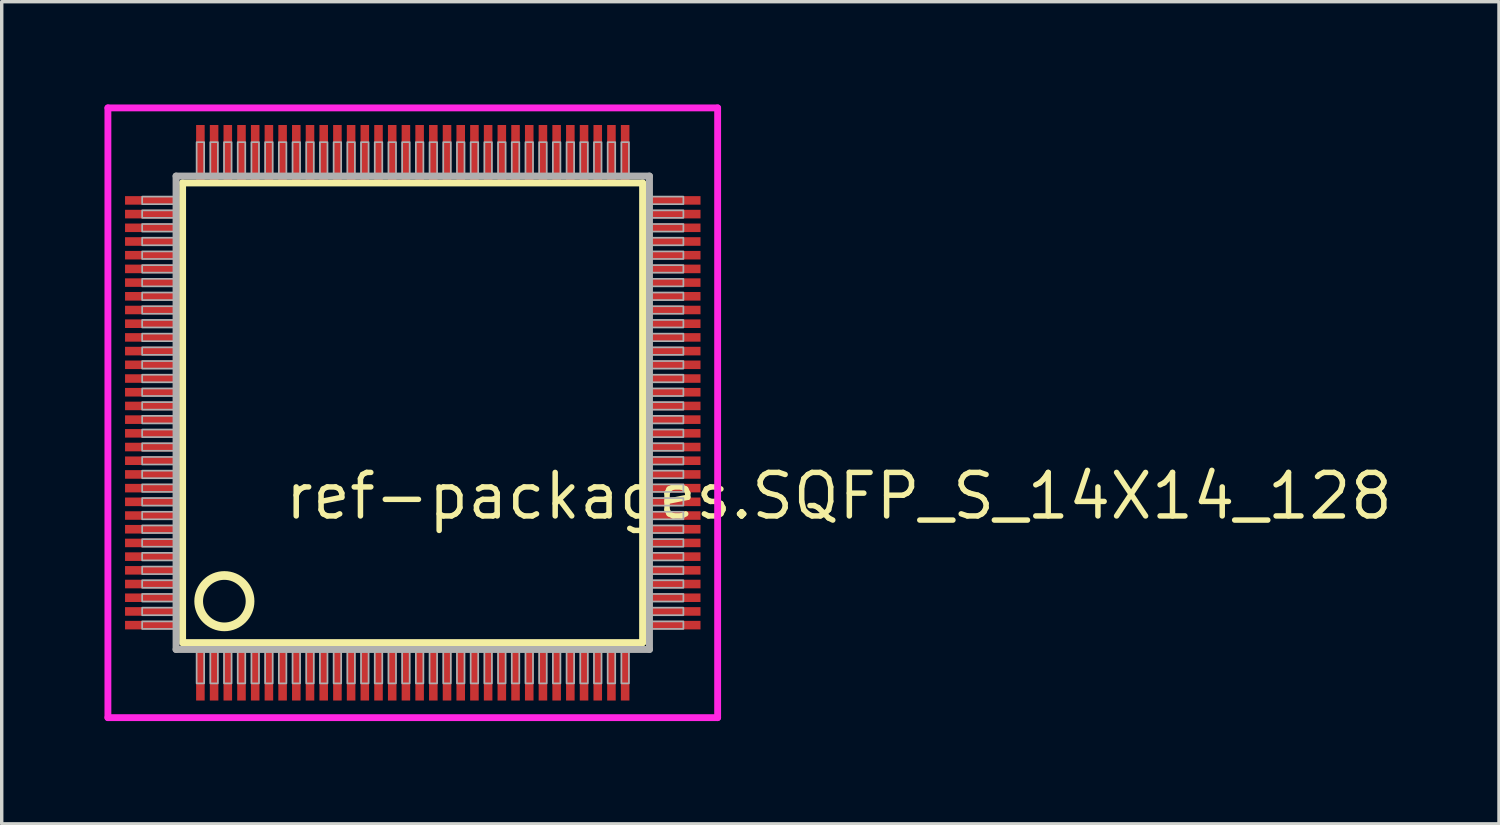
<source format=kicad_pcb>
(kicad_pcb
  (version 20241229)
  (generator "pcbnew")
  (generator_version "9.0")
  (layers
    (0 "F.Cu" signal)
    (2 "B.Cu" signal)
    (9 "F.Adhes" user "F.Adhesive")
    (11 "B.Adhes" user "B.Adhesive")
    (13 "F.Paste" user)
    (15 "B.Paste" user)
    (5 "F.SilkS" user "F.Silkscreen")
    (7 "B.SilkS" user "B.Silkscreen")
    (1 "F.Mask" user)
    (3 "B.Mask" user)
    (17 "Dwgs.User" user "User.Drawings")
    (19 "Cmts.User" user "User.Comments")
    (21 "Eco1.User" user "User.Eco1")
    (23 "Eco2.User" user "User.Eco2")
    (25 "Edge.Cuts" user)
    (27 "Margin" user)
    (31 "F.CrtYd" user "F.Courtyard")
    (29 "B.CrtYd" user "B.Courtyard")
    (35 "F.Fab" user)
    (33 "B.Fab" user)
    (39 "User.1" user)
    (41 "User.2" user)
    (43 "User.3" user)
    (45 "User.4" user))
  (footprint "ref-packages.SQFP_S_14X14_128"
    (layer "F.Cu")
    (at 9 9)
    (property "Reference" "ref-packages.SQFP_S_14X14_128" (at -3.81 3.175 0) (layer "F.SilkS") (effects (font (size 1.27 1.27) (thickness 0.16)) (justify left bottom)))
    (attr smd)
    (fp_line (start -6.72 -6.71) (end 6.71 -6.71) (stroke (width 0.203) (type default)) (layer "F.SilkS"))
    (fp_line (start -6.72 6.71) (end -6.72 -6.71) (stroke (width 0.203) (type default)) (layer "F.SilkS"))
    (fp_line (start 6.71 -6.71) (end 6.71 6.71) (stroke (width 0.203) (type default)) (layer "F.SilkS"))
    (fp_line (start 6.71 6.71) (end -6.72 6.71) (stroke (width 0.203) (type default)) (layer "F.SilkS"))
    (fp_circle (center -5.5 5.5) (end -4.75 5.5) (stroke (width 0.254) (type default)) (fill no) (layer "F.SilkS"))
    (fp_line (start -8.9 -8.9) (end 8.9 -8.9) (stroke (width 0.2) (type default)) (layer "F.CrtYd"))
    (fp_line (start -8.9 8.9) (end -8.9 -8.9) (stroke (width 0.2) (type default)) (layer "F.CrtYd"))
    (fp_line (start 8.9 -8.9) (end 8.9 8.9) (stroke (width 0.2) (type default)) (layer "F.CrtYd"))
    (fp_line (start 8.9 8.9) (end -8.9 8.9) (stroke (width 0.2) (type default)) (layer "F.CrtYd"))
    (fp_line (start -6.91 -6.91) (end -6.91 6.91) (stroke (width 0.203) (type default)) (layer "F.Fab"))
    (fp_line (start -6.91 6.91) (end 6.91 6.91) (stroke (width 0.203) (type default)) (layer "F.Fab"))
    (fp_line (start 6.91 -6.91) (end -6.91 -6.91) (stroke (width 0.203) (type default)) (layer "F.Fab"))
    (fp_line (start 6.91 6.91) (end 6.91 -6.91) (stroke (width 0.203) (type default)) (layer "F.Fab"))
    (fp_rect (start -7.9 -6.09) (end -6.95 -6.31) (stroke (width 0.05) (type default)) (fill no) (layer "F.Fab"))
    (fp_rect (start -7.9 -5.69) (end -6.95 -5.91) (stroke (width 0.05) (type default)) (fill no) (layer "F.Fab"))
    (fp_rect (start -7.9 -5.29) (end -6.95 -5.51) (stroke (width 0.05) (type default)) (fill no) (layer "F.Fab"))
    (fp_rect (start -7.9 -4.89) (end -6.95 -5.11) (stroke (width 0.05) (type default)) (fill no) (layer "F.Fab"))
    (fp_rect (start -7.9 -4.49) (end -6.95 -4.71) (stroke (width 0.05) (type default)) (fill no) (layer "F.Fab"))
    (fp_rect (start -7.9 -4.09) (end -6.95 -4.31) (stroke (width 0.05) (type default)) (fill no) (layer "F.Fab"))
    (fp_rect (start -7.9 -3.69) (end -6.95 -3.91) (stroke (width 0.05) (type default)) (fill no) (layer "F.Fab"))
    (fp_rect (start -7.9 -3.29) (end -6.95 -3.51) (stroke (width 0.05) (type default)) (fill no) (layer "F.Fab"))
    (fp_rect (start -7.9 -2.89) (end -6.95 -3.11) (stroke (width 0.05) (type default)) (fill no) (layer "F.Fab"))
    (fp_rect (start -7.9 -2.49) (end -6.95 -2.71) (stroke (width 0.05) (type default)) (fill no) (layer "F.Fab"))
    (fp_rect (start -7.9 -2.09) (end -6.95 -2.31) (stroke (width 0.05) (type default)) (fill no) (layer "F.Fab"))
    (fp_rect (start -7.9 -1.69) (end -6.95 -1.91) (stroke (width 0.05) (type default)) (fill no) (layer "F.Fab"))
    (fp_rect (start -7.9 -1.29) (end -6.95 -1.51) (stroke (width 0.05) (type default)) (fill no) (layer "F.Fab"))
    (fp_rect (start -7.9 -0.89) (end -6.95 -1.11) (stroke (width 0.05) (type default)) (fill no) (layer "F.Fab"))
    (fp_rect (start -7.9 -0.49) (end -6.95 -0.71) (stroke (width 0.05) (type default)) (fill no) (layer "F.Fab"))
    (fp_rect (start -7.9 -0.09) (end -6.95 -0.31) (stroke (width 0.05) (type default)) (fill no) (layer "F.Fab"))
    (fp_rect (start -7.9 0.31) (end -6.95 0.09) (stroke (width 0.05) (type default)) (fill no) (layer "F.Fab"))
    (fp_rect (start -7.9 0.71) (end -6.95 0.49) (stroke (width 0.05) (type default)) (fill no) (layer "F.Fab"))
    (fp_rect (start -7.9 1.11) (end -6.95 0.89) (stroke (width 0.05) (type default)) (fill no) (layer "F.Fab"))
    (fp_rect (start -7.9 1.51) (end -6.95 1.29) (stroke (width 0.05) (type default)) (fill no) (layer "F.Fab"))
    (fp_rect (start -7.9 1.91) (end -6.95 1.69) (stroke (width 0.05) (type default)) (fill no) (layer "F.Fab"))
    (fp_rect (start -7.9 2.31) (end -6.95 2.09) (stroke (width 0.05) (type default)) (fill no) (layer "F.Fab"))
    (fp_rect (start -7.9 2.71) (end -6.95 2.49) (stroke (width 0.05) (type default)) (fill no) (layer "F.Fab"))
    (fp_rect (start -7.9 3.11) (end -6.95 2.89) (stroke (width 0.05) (type default)) (fill no) (layer "F.Fab"))
    (fp_rect (start -7.9 3.51) (end -6.95 3.29) (stroke (width 0.05) (type default)) (fill no) (layer "F.Fab"))
    (fp_rect (start -7.9 3.91) (end -6.95 3.69) (stroke (width 0.05) (type default)) (fill no) (layer "F.Fab"))
    (fp_rect (start -7.9 4.31) (end -6.95 4.09) (stroke (width 0.05) (type default)) (fill no) (layer "F.Fab"))
    (fp_rect (start -7.9 4.71) (end -6.95 4.49) (stroke (width 0.05) (type default)) (fill no) (layer "F.Fab"))
    (fp_rect (start -7.9 5.11) (end -6.95 4.89) (stroke (width 0.05) (type default)) (fill no) (layer "F.Fab"))
    (fp_rect (start -7.9 5.51) (end -6.95 5.29) (stroke (width 0.05) (type default)) (fill no) (layer "F.Fab"))
    (fp_rect (start -7.9 5.91) (end -6.95 5.69) (stroke (width 0.05) (type default)) (fill no) (layer "F.Fab"))
    (fp_rect (start -7.9 6.31) (end -6.95 6.09) (stroke (width 0.05) (type default)) (fill no) (layer "F.Fab"))
    (fp_rect (start -6.31 -6.95) (end -6.09 -7.9) (stroke (width 0.05) (type default)) (fill no) (layer "F.Fab"))
    (fp_rect (start -6.31 7.9) (end -6.09 6.95) (stroke (width 0.05) (type default)) (fill no) (layer "F.Fab"))
    (fp_rect (start -5.91 -6.95) (end -5.69 -7.9) (stroke (width 0.05) (type default)) (fill no) (layer "F.Fab"))
    (fp_rect (start -5.91 7.9) (end -5.69 6.95) (stroke (width 0.05) (type default)) (fill no) (layer "F.Fab"))
    (fp_rect (start -5.51 -6.95) (end -5.29 -7.9) (stroke (width 0.05) (type default)) (fill no) (layer "F.Fab"))
    (fp_rect (start -5.51 7.9) (end -5.29 6.95) (stroke (width 0.05) (type default)) (fill no) (layer "F.Fab"))
    (fp_rect (start -5.11 -6.95) (end -4.89 -7.9) (stroke (width 0.05) (type default)) (fill no) (layer "F.Fab"))
    (fp_rect (start -5.11 7.9) (end -4.89 6.95) (stroke (width 0.05) (type default)) (fill no) (layer "F.Fab"))
    (fp_rect (start -4.71 -6.95) (end -4.49 -7.9) (stroke (width 0.05) (type default)) (fill no) (layer "F.Fab"))
    (fp_rect (start -4.71 7.9) (end -4.49 6.95) (stroke (width 0.05) (type default)) (fill no) (layer "F.Fab"))
    (fp_rect (start -4.31 -6.95) (end -4.09 -7.9) (stroke (width 0.05) (type default)) (fill no) (layer "F.Fab"))
    (fp_rect (start -4.31 7.9) (end -4.09 6.95) (stroke (width 0.05) (type default)) (fill no) (layer "F.Fab"))
    (fp_rect (start -3.91 -6.95) (end -3.69 -7.9) (stroke (width 0.05) (type default)) (fill no) (layer "F.Fab"))
    (fp_rect (start -3.91 7.9) (end -3.69 6.95) (stroke (width 0.05) (type default)) (fill no) (layer "F.Fab"))
    (fp_rect (start -3.51 -6.95) (end -3.29 -7.9) (stroke (width 0.05) (type default)) (fill no) (layer "F.Fab"))
    (fp_rect (start -3.51 7.9) (end -3.29 6.95) (stroke (width 0.05) (type default)) (fill no) (layer "F.Fab"))
    (fp_rect (start -3.11 -6.95) (end -2.89 -7.9) (stroke (width 0.05) (type default)) (fill no) (layer "F.Fab"))
    (fp_rect (start -3.11 7.9) (end -2.89 6.95) (stroke (width 0.05) (type default)) (fill no) (layer "F.Fab"))
    (fp_rect (start -2.71 -6.95) (end -2.49 -7.9) (stroke (width 0.05) (type default)) (fill no) (layer "F.Fab"))
    (fp_rect (start -2.71 7.9) (end -2.49 6.95) (stroke (width 0.05) (type default)) (fill no) (layer "F.Fab"))
    (fp_rect (start -2.31 -6.95) (end -2.09 -7.9) (stroke (width 0.05) (type default)) (fill no) (layer "F.Fab"))
    (fp_rect (start -2.31 7.9) (end -2.09 6.95) (stroke (width 0.05) (type default)) (fill no) (layer "F.Fab"))
    (fp_rect (start -1.91 -6.95) (end -1.69 -7.9) (stroke (width 0.05) (type default)) (fill no) (layer "F.Fab"))
    (fp_rect (start -1.91 7.9) (end -1.69 6.95) (stroke (width 0.05) (type default)) (fill no) (layer "F.Fab"))
    (fp_rect (start -1.51 -6.95) (end -1.29 -7.9) (stroke (width 0.05) (type default)) (fill no) (layer "F.Fab"))
    (fp_rect (start -1.51 7.9) (end -1.29 6.95) (stroke (width 0.05) (type default)) (fill no) (layer "F.Fab"))
    (fp_rect (start -1.11 -6.95) (end -0.89 -7.9) (stroke (width 0.05) (type default)) (fill no) (layer "F.Fab"))
    (fp_rect (start -1.11 7.9) (end -0.89 6.95) (stroke (width 0.05) (type default)) (fill no) (layer "F.Fab"))
    (fp_rect (start -0.71 -6.95) (end -0.49 -7.9) (stroke (width 0.05) (type default)) (fill no) (layer "F.Fab"))
    (fp_rect (start -0.71 7.9) (end -0.49 6.95) (stroke (width 0.05) (type default)) (fill no) (layer "F.Fab"))
    (fp_rect (start -0.31 -6.95) (end -0.09 -7.9) (stroke (width 0.05) (type default)) (fill no) (layer "F.Fab"))
    (fp_rect (start -0.31 7.9) (end -0.09 6.95) (stroke (width 0.05) (type default)) (fill no) (layer "F.Fab"))
    (fp_rect (start 0.09 -6.95) (end 0.31 -7.9) (stroke (width 0.05) (type default)) (fill no) (layer "F.Fab"))
    (fp_rect (start 0.09 7.9) (end 0.31 6.95) (stroke (width 0.05) (type default)) (fill no) (layer "F.Fab"))
    (fp_rect (start 0.49 -6.95) (end 0.71 -7.9) (stroke (width 0.05) (type default)) (fill no) (layer "F.Fab"))
    (fp_rect (start 0.49 7.9) (end 0.71 6.95) (stroke (width 0.05) (type default)) (fill no) (layer "F.Fab"))
    (fp_rect (start 0.89 -6.95) (end 1.11 -7.9) (stroke (width 0.05) (type default)) (fill no) (layer "F.Fab"))
    (fp_rect (start 0.89 7.9) (end 1.11 6.95) (stroke (width 0.05) (type default)) (fill no) (layer "F.Fab"))
    (fp_rect (start 1.29 -6.95) (end 1.51 -7.9) (stroke (width 0.05) (type default)) (fill no) (layer "F.Fab"))
    (fp_rect (start 1.29 7.9) (end 1.51 6.95) (stroke (width 0.05) (type default)) (fill no) (layer "F.Fab"))
    (fp_rect (start 1.69 -6.95) (end 1.91 -7.9) (stroke (width 0.05) (type default)) (fill no) (layer "F.Fab"))
    (fp_rect (start 1.69 7.9) (end 1.91 6.95) (stroke (width 0.05) (type default)) (fill no) (layer "F.Fab"))
    (fp_rect (start 2.09 -6.95) (end 2.31 -7.9) (stroke (width 0.05) (type default)) (fill no) (layer "F.Fab"))
    (fp_rect (start 2.09 7.9) (end 2.31 6.95) (stroke (width 0.05) (type default)) (fill no) (layer "F.Fab"))
    (fp_rect (start 2.49 -6.95) (end 2.71 -7.9) (stroke (width 0.05) (type default)) (fill no) (layer "F.Fab"))
    (fp_rect (start 2.49 7.9) (end 2.71 6.95) (stroke (width 0.05) (type default)) (fill no) (layer "F.Fab"))
    (fp_rect (start 2.89 -6.95) (end 3.11 -7.9) (stroke (width 0.05) (type default)) (fill no) (layer "F.Fab"))
    (fp_rect (start 2.89 7.9) (end 3.11 6.95) (stroke (width 0.05) (type default)) (fill no) (layer "F.Fab"))
    (fp_rect (start 3.29 -6.95) (end 3.51 -7.9) (stroke (width 0.05) (type default)) (fill no) (layer "F.Fab"))
    (fp_rect (start 3.29 7.9) (end 3.51 6.95) (stroke (width 0.05) (type default)) (fill no) (layer "F.Fab"))
    (fp_rect (start 3.69 -6.95) (end 3.91 -7.9) (stroke (width 0.05) (type default)) (fill no) (layer "F.Fab"))
    (fp_rect (start 3.69 7.9) (end 3.91 6.95) (stroke (width 0.05) (type default)) (fill no) (layer "F.Fab"))
    (fp_rect (start 4.09 -6.95) (end 4.31 -7.9) (stroke (width 0.05) (type default)) (fill no) (layer "F.Fab"))
    (fp_rect (start 4.09 7.9) (end 4.31 6.95) (stroke (width 0.05) (type default)) (fill no) (layer "F.Fab"))
    (fp_rect (start 4.49 -6.95) (end 4.71 -7.9) (stroke (width 0.05) (type default)) (fill no) (layer "F.Fab"))
    (fp_rect (start 4.49 7.9) (end 4.71 6.95) (stroke (width 0.05) (type default)) (fill no) (layer "F.Fab"))
    (fp_rect (start 4.89 -6.95) (end 5.11 -7.9) (stroke (width 0.05) (type default)) (fill no) (layer "F.Fab"))
    (fp_rect (start 4.89 7.9) (end 5.11 6.95) (stroke (width 0.05) (type default)) (fill no) (layer "F.Fab"))
    (fp_rect (start 5.29 -6.95) (end 5.51 -7.9) (stroke (width 0.05) (type default)) (fill no) (layer "F.Fab"))
    (fp_rect (start 5.29 7.9) (end 5.51 6.95) (stroke (width 0.05) (type default)) (fill no) (layer "F.Fab"))
    (fp_rect (start 5.69 -6.95) (end 5.91 -7.9) (stroke (width 0.05) (type default)) (fill no) (layer "F.Fab"))
    (fp_rect (start 5.69 7.9) (end 5.91 6.95) (stroke (width 0.05) (type default)) (fill no) (layer "F.Fab"))
    (fp_rect (start 6.09 -6.95) (end 6.31 -7.9) (stroke (width 0.05) (type default)) (fill no) (layer "F.Fab"))
    (fp_rect (start 6.09 7.9) (end 6.31 6.95) (stroke (width 0.05) (type default)) (fill no) (layer "F.Fab"))
    (fp_rect (start 6.95 -6.09) (end 7.9 -6.31) (stroke (width 0.05) (type default)) (fill no) (layer "F.Fab"))
    (fp_rect (start 6.95 -5.69) (end 7.9 -5.91) (stroke (width 0.05) (type default)) (fill no) (layer "F.Fab"))
    (fp_rect (start 6.95 -5.29) (end 7.9 -5.51) (stroke (width 0.05) (type default)) (fill no) (layer "F.Fab"))
    (fp_rect (start 6.95 -4.89) (end 7.9 -5.11) (stroke (width 0.05) (type default)) (fill no) (layer "F.Fab"))
    (fp_rect (start 6.95 -4.49) (end 7.9 -4.71) (stroke (width 0.05) (type default)) (fill no) (layer "F.Fab"))
    (fp_rect (start 6.95 -4.09) (end 7.9 -4.31) (stroke (width 0.05) (type default)) (fill no) (layer "F.Fab"))
    (fp_rect (start 6.95 -3.69) (end 7.9 -3.91) (stroke (width 0.05) (type default)) (fill no) (layer "F.Fab"))
    (fp_rect (start 6.95 -3.29) (end 7.9 -3.51) (stroke (width 0.05) (type default)) (fill no) (layer "F.Fab"))
    (fp_rect (start 6.95 -2.89) (end 7.9 -3.11) (stroke (width 0.05) (type default)) (fill no) (layer "F.Fab"))
    (fp_rect (start 6.95 -2.49) (end 7.9 -2.71) (stroke (width 0.05) (type default)) (fill no) (layer "F.Fab"))
    (fp_rect (start 6.95 -2.09) (end 7.9 -2.31) (stroke (width 0.05) (type default)) (fill no) (layer "F.Fab"))
    (fp_rect (start 6.95 -1.69) (end 7.9 -1.91) (stroke (width 0.05) (type default)) (fill no) (layer "F.Fab"))
    (fp_rect (start 6.95 -1.29) (end 7.9 -1.51) (stroke (width 0.05) (type default)) (fill no) (layer "F.Fab"))
    (fp_rect (start 6.95 -0.89) (end 7.9 -1.11) (stroke (width 0.05) (type default)) (fill no) (layer "F.Fab"))
    (fp_rect (start 6.95 -0.49) (end 7.9 -0.71) (stroke (width 0.05) (type default)) (fill no) (layer "F.Fab"))
    (fp_rect (start 6.95 -0.09) (end 7.9 -0.31) (stroke (width 0.05) (type default)) (fill no) (layer "F.Fab"))
    (fp_rect (start 6.95 0.31) (end 7.9 0.09) (stroke (width 0.05) (type default)) (fill no) (layer "F.Fab"))
    (fp_rect (start 6.95 0.71) (end 7.9 0.49) (stroke (width 0.05) (type default)) (fill no) (layer "F.Fab"))
    (fp_rect (start 6.95 1.11) (end 7.9 0.89) (stroke (width 0.05) (type default)) (fill no) (layer "F.Fab"))
    (fp_rect (start 6.95 1.51) (end 7.9 1.29) (stroke (width 0.05) (type default)) (fill no) (layer "F.Fab"))
    (fp_rect (start 6.95 1.91) (end 7.9 1.69) (stroke (width 0.05) (type default)) (fill no) (layer "F.Fab"))
    (fp_rect (start 6.95 2.31) (end 7.9 2.09) (stroke (width 0.05) (type default)) (fill no) (layer "F.Fab"))
    (fp_rect (start 6.95 2.71) (end 7.9 2.49) (stroke (width 0.05) (type default)) (fill no) (layer "F.Fab"))
    (fp_rect (start 6.95 3.11) (end 7.9 2.89) (stroke (width 0.05) (type default)) (fill no) (layer "F.Fab"))
    (fp_rect (start 6.95 3.51) (end 7.9 3.29) (stroke (width 0.05) (type default)) (fill no) (layer "F.Fab"))
    (fp_rect (start 6.95 3.91) (end 7.9 3.69) (stroke (width 0.05) (type default)) (fill no) (layer "F.Fab"))
    (fp_rect (start 6.95 4.31) (end 7.9 4.09) (stroke (width 0.05) (type default)) (fill no) (layer "F.Fab"))
    (fp_rect (start 6.95 4.71) (end 7.9 4.49) (stroke (width 0.05) (type default)) (fill no) (layer "F.Fab"))
    (fp_rect (start 6.95 5.11) (end 7.9 4.89) (stroke (width 0.05) (type default)) (fill no) (layer "F.Fab"))
    (fp_rect (start 6.95 5.51) (end 7.9 5.29) (stroke (width 0.05) (type default)) (fill no) (layer "F.Fab"))
    (fp_rect (start 6.95 5.91) (end 7.9 5.69) (stroke (width 0.05) (type default)) (fill no) (layer "F.Fab"))
    (fp_rect (start 6.95 6.31) (end 7.9 6.09) (stroke (width 0.05) (type default)) (fill no) (layer "F.Fab"))
    (pad "1" smd roundrect (at -6.2 7.6) (size 0.25 1.6) (layers "F.Cu" "F.Mask" "F.Paste") (roundrect_rratio 0.01))
    (pad "2" smd roundrect (at -5.8 7.6) (size 0.25 1.6) (layers "F.Cu" "F.Mask" "F.Paste") (roundrect_rratio 0.01))
    (pad "3" smd roundrect (at -5.4 7.6) (size 0.25 1.6) (layers "F.Cu" "F.Mask" "F.Paste") (roundrect_rratio 0.01))
    (pad "4" smd roundrect (at -5 7.6) (size 0.25 1.6) (layers "F.Cu" "F.Mask" "F.Paste") (roundrect_rratio 0.01))
    (pad "5" smd roundrect (at -4.6 7.6) (size 0.25 1.6) (layers "F.Cu" "F.Mask" "F.Paste") (roundrect_rratio 0.01))
    (pad "6" smd roundrect (at -4.2 7.6) (size 0.25 1.6) (layers "F.Cu" "F.Mask" "F.Paste") (roundrect_rratio 0.01))
    (pad "7" smd roundrect (at -3.8 7.6) (size 0.25 1.6) (layers "F.Cu" "F.Mask" "F.Paste") (roundrect_rratio 0.01))
    (pad "8" smd roundrect (at -3.4 7.6) (size 0.25 1.6) (layers "F.Cu" "F.Mask" "F.Paste") (roundrect_rratio 0.01))
    (pad "9" smd roundrect (at -3 7.6) (size 0.25 1.6) (layers "F.Cu" "F.Mask" "F.Paste") (roundrect_rratio 0.01))
    (pad "10" smd roundrect (at -2.6 7.6) (size 0.25 1.6) (layers "F.Cu" "F.Mask" "F.Paste") (roundrect_rratio 0.01))
    (pad "11" smd roundrect (at -2.2 7.6) (size 0.25 1.6) (layers "F.Cu" "F.Mask" "F.Paste") (roundrect_rratio 0.01))
    (pad "12" smd roundrect (at -1.8 7.6) (size 0.25 1.6) (layers "F.Cu" "F.Mask" "F.Paste") (roundrect_rratio 0.01))
    (pad "13" smd roundrect (at -1.4 7.6) (size 0.25 1.6) (layers "F.Cu" "F.Mask" "F.Paste") (roundrect_rratio 0.01))
    (pad "14" smd roundrect (at -1 7.6) (size 0.25 1.6) (layers "F.Cu" "F.Mask" "F.Paste") (roundrect_rratio 0.01))
    (pad "15" smd roundrect (at -0.6 7.6) (size 0.25 1.6) (layers "F.Cu" "F.Mask" "F.Paste") (roundrect_rratio 0.01))
    (pad "16" smd roundrect (at -0.2 7.6) (size 0.25 1.6) (layers "F.Cu" "F.Mask" "F.Paste") (roundrect_rratio 0.01))
    (pad "17" smd roundrect (at 0.2 7.6) (size 0.25 1.6) (layers "F.Cu" "F.Mask" "F.Paste") (roundrect_rratio 0.01))
    (pad "18" smd roundrect (at 0.6 7.6) (size 0.25 1.6) (layers "F.Cu" "F.Mask" "F.Paste") (roundrect_rratio 0.01))
    (pad "19" smd roundrect (at 1 7.6) (size 0.25 1.6) (layers "F.Cu" "F.Mask" "F.Paste") (roundrect_rratio 0.01))
    (pad "20" smd roundrect (at 1.4 7.6) (size 0.25 1.6) (layers "F.Cu" "F.Mask" "F.Paste") (roundrect_rratio 0.01))
    (pad "21" smd roundrect (at 1.8 7.6) (size 0.25 1.6) (layers "F.Cu" "F.Mask" "F.Paste") (roundrect_rratio 0.01))
    (pad "22" smd roundrect (at 2.2 7.6) (size 0.25 1.6) (layers "F.Cu" "F.Mask" "F.Paste") (roundrect_rratio 0.01))
    (pad "23" smd roundrect (at 2.6 7.6) (size 0.25 1.6) (layers "F.Cu" "F.Mask" "F.Paste") (roundrect_rratio 0.01))
    (pad "24" smd roundrect (at 3 7.6) (size 0.25 1.6) (layers "F.Cu" "F.Mask" "F.Paste") (roundrect_rratio 0.01))
    (pad "25" smd roundrect (at 3.4 7.6) (size 0.25 1.6) (layers "F.Cu" "F.Mask" "F.Paste") (roundrect_rratio 0.01))
    (pad "26" smd roundrect (at 3.8 7.6) (size 0.25 1.6) (layers "F.Cu" "F.Mask" "F.Paste") (roundrect_rratio 0.01))
    (pad "27" smd roundrect (at 4.2 7.6) (size 0.25 1.6) (layers "F.Cu" "F.Mask" "F.Paste") (roundrect_rratio 0.01))
    (pad "28" smd roundrect (at 4.6 7.6) (size 0.25 1.6) (layers "F.Cu" "F.Mask" "F.Paste") (roundrect_rratio 0.01))
    (pad "29" smd roundrect (at 5 7.6) (size 0.25 1.6) (layers "F.Cu" "F.Mask" "F.Paste") (roundrect_rratio 0.01))
    (pad "30" smd roundrect (at 5.4 7.6) (size 0.25 1.6) (layers "F.Cu" "F.Mask" "F.Paste") (roundrect_rratio 0.01))
    (pad "31" smd roundrect (at 5.8 7.6) (size 0.25 1.6) (layers "F.Cu" "F.Mask" "F.Paste") (roundrect_rratio 0.01))
    (pad "32" smd roundrect (at 6.2 7.6) (size 0.25 1.6) (layers "F.Cu" "F.Mask" "F.Paste") (roundrect_rratio 0.01))
    (pad "33" smd roundrect (at 7.6 6.2) (size 1.6 0.25) (layers "F.Cu" "F.Mask" "F.Paste") (roundrect_rratio 0.01))
    (pad "34" smd roundrect (at 7.6 5.8) (size 1.6 0.25) (layers "F.Cu" "F.Mask" "F.Paste") (roundrect_rratio 0.01))
    (pad "35" smd roundrect (at 7.6 5.4) (size 1.6 0.25) (layers "F.Cu" "F.Mask" "F.Paste") (roundrect_rratio 0.01))
    (pad "36" smd roundrect (at 7.6 5) (size 1.6 0.25) (layers "F.Cu" "F.Mask" "F.Paste") (roundrect_rratio 0.01))
    (pad "37" smd roundrect (at 7.6 4.6) (size 1.6 0.25) (layers "F.Cu" "F.Mask" "F.Paste") (roundrect_rratio 0.01))
    (pad "38" smd roundrect (at 7.6 4.2) (size 1.6 0.25) (layers "F.Cu" "F.Mask" "F.Paste") (roundrect_rratio 0.01))
    (pad "39" smd roundrect (at 7.6 3.8) (size 1.6 0.25) (layers "F.Cu" "F.Mask" "F.Paste") (roundrect_rratio 0.01))
    (pad "40" smd roundrect (at 7.6 3.4) (size 1.6 0.25) (layers "F.Cu" "F.Mask" "F.Paste") (roundrect_rratio 0.01))
    (pad "41" smd roundrect (at 7.6 3) (size 1.6 0.25) (layers "F.Cu" "F.Mask" "F.Paste") (roundrect_rratio 0.01))
    (pad "42" smd roundrect (at 7.6 2.6) (size 1.6 0.25) (layers "F.Cu" "F.Mask" "F.Paste") (roundrect_rratio 0.01))
    (pad "43" smd roundrect (at 7.6 2.2) (size 1.6 0.25) (layers "F.Cu" "F.Mask" "F.Paste") (roundrect_rratio 0.01))
    (pad "44" smd roundrect (at 7.6 1.8) (size 1.6 0.25) (layers "F.Cu" "F.Mask" "F.Paste") (roundrect_rratio 0.01))
    (pad "45" smd roundrect (at 7.6 1.4) (size 1.6 0.25) (layers "F.Cu" "F.Mask" "F.Paste") (roundrect_rratio 0.01))
    (pad "46" smd roundrect (at 7.6 1) (size 1.6 0.25) (layers "F.Cu" "F.Mask" "F.Paste") (roundrect_rratio 0.01))
    (pad "47" smd roundrect (at 7.6 0.6) (size 1.6 0.25) (layers "F.Cu" "F.Mask" "F.Paste") (roundrect_rratio 0.01))
    (pad "48" smd roundrect (at 7.6 0.2) (size 1.6 0.25) (layers "F.Cu" "F.Mask" "F.Paste") (roundrect_rratio 0.01))
    (pad "49" smd roundrect (at 7.6 -0.2) (size 1.6 0.25) (layers "F.Cu" "F.Mask" "F.Paste") (roundrect_rratio 0.01))
    (pad "50" smd roundrect (at 7.6 -0.6) (size 1.6 0.25) (layers "F.Cu" "F.Mask" "F.Paste") (roundrect_rratio 0.01))
    (pad "51" smd roundrect (at 7.6 -1) (size 1.6 0.25) (layers "F.Cu" "F.Mask" "F.Paste") (roundrect_rratio 0.01))
    (pad "52" smd roundrect (at 7.6 -1.4) (size 1.6 0.25) (layers "F.Cu" "F.Mask" "F.Paste") (roundrect_rratio 0.01))
    (pad "53" smd roundrect (at 7.6 -1.8) (size 1.6 0.25) (layers "F.Cu" "F.Mask" "F.Paste") (roundrect_rratio 0.01))
    (pad "54" smd roundrect (at 7.6 -2.2) (size 1.6 0.25) (layers "F.Cu" "F.Mask" "F.Paste") (roundrect_rratio 0.01))
    (pad "55" smd roundrect (at 7.6 -2.6) (size 1.6 0.25) (layers "F.Cu" "F.Mask" "F.Paste") (roundrect_rratio 0.01))
    (pad "56" smd roundrect (at 7.6 -3) (size 1.6 0.25) (layers "F.Cu" "F.Mask" "F.Paste") (roundrect_rratio 0.01))
    (pad "57" smd roundrect (at 7.6 -3.4) (size 1.6 0.25) (layers "F.Cu" "F.Mask" "F.Paste") (roundrect_rratio 0.01))
    (pad "58" smd roundrect (at 7.6 -3.8) (size 1.6 0.25) (layers "F.Cu" "F.Mask" "F.Paste") (roundrect_rratio 0.01))
    (pad "59" smd roundrect (at 7.6 -4.2) (size 1.6 0.25) (layers "F.Cu" "F.Mask" "F.Paste") (roundrect_rratio 0.01))
    (pad "60" smd roundrect (at 7.6 -4.6) (size 1.6 0.25) (layers "F.Cu" "F.Mask" "F.Paste") (roundrect_rratio 0.01))
    (pad "61" smd roundrect (at 7.6 -5) (size 1.6 0.25) (layers "F.Cu" "F.Mask" "F.Paste") (roundrect_rratio 0.01))
    (pad "62" smd roundrect (at 7.6 -5.4) (size 1.6 0.25) (layers "F.Cu" "F.Mask" "F.Paste") (roundrect_rratio 0.01))
    (pad "63" smd roundrect (at 7.6 -5.8) (size 1.6 0.25) (layers "F.Cu" "F.Mask" "F.Paste") (roundrect_rratio 0.01))
    (pad "64" smd roundrect (at 7.6 -6.2) (size 1.6 0.25) (layers "F.Cu" "F.Mask" "F.Paste") (roundrect_rratio 0.01))
    (pad "65" smd roundrect (at 6.2 -7.6) (size 0.25 1.6) (layers "F.Cu" "F.Mask" "F.Paste") (roundrect_rratio 0.01))
    (pad "66" smd roundrect (at 5.8 -7.6) (size 0.25 1.6) (layers "F.Cu" "F.Mask" "F.Paste") (roundrect_rratio 0.01))
    (pad "67" smd roundrect (at 5.4 -7.6) (size 0.25 1.6) (layers "F.Cu" "F.Mask" "F.Paste") (roundrect_rratio 0.01))
    (pad "68" smd roundrect (at 5 -7.6) (size 0.25 1.6) (layers "F.Cu" "F.Mask" "F.Paste") (roundrect_rratio 0.01))
    (pad "69" smd roundrect (at 4.6 -7.6) (size 0.25 1.6) (layers "F.Cu" "F.Mask" "F.Paste") (roundrect_rratio 0.01))
    (pad "70" smd roundrect (at 4.2 -7.6) (size 0.25 1.6) (layers "F.Cu" "F.Mask" "F.Paste") (roundrect_rratio 0.01))
    (pad "71" smd roundrect (at 3.8 -7.6) (size 0.25 1.6) (layers "F.Cu" "F.Mask" "F.Paste") (roundrect_rratio 0.01))
    (pad "72" smd roundrect (at 3.4 -7.6) (size 0.25 1.6) (layers "F.Cu" "F.Mask" "F.Paste") (roundrect_rratio 0.01))
    (pad "73" smd roundrect (at 3 -7.6) (size 0.25 1.6) (layers "F.Cu" "F.Mask" "F.Paste") (roundrect_rratio 0.01))
    (pad "74" smd roundrect (at 2.6 -7.6) (size 0.25 1.6) (layers "F.Cu" "F.Mask" "F.Paste") (roundrect_rratio 0.01))
    (pad "75" smd roundrect (at 2.2 -7.6) (size 0.25 1.6) (layers "F.Cu" "F.Mask" "F.Paste") (roundrect_rratio 0.01))
    (pad "76" smd roundrect (at 1.8 -7.6) (size 0.25 1.6) (layers "F.Cu" "F.Mask" "F.Paste") (roundrect_rratio 0.01))
    (pad "77" smd roundrect (at 1.4 -7.6) (size 0.25 1.6) (layers "F.Cu" "F.Mask" "F.Paste") (roundrect_rratio 0.01))
    (pad "78" smd roundrect (at 1 -7.6) (size 0.25 1.6) (layers "F.Cu" "F.Mask" "F.Paste") (roundrect_rratio 0.01))
    (pad "79" smd roundrect (at 0.6 -7.6) (size 0.25 1.6) (layers "F.Cu" "F.Mask" "F.Paste") (roundrect_rratio 0.01))
    (pad "80" smd roundrect (at 0.2 -7.6) (size 0.25 1.6) (layers "F.Cu" "F.Mask" "F.Paste") (roundrect_rratio 0.01))
    (pad "81" smd roundrect (at -0.2 -7.6) (size 0.25 1.6) (layers "F.Cu" "F.Mask" "F.Paste") (roundrect_rratio 0.01))
    (pad "82" smd roundrect (at -0.6 -7.6) (size 0.25 1.6) (layers "F.Cu" "F.Mask" "F.Paste") (roundrect_rratio 0.01))
    (pad "83" smd roundrect (at -1 -7.6) (size 0.25 1.6) (layers "F.Cu" "F.Mask" "F.Paste") (roundrect_rratio 0.01))
    (pad "84" smd roundrect (at -1.4 -7.6) (size 0.25 1.6) (layers "F.Cu" "F.Mask" "F.Paste") (roundrect_rratio 0.01))
    (pad "85" smd roundrect (at -1.8 -7.6) (size 0.25 1.6) (layers "F.Cu" "F.Mask" "F.Paste") (roundrect_rratio 0.01))
    (pad "86" smd roundrect (at -2.2 -7.6) (size 0.25 1.6) (layers "F.Cu" "F.Mask" "F.Paste") (roundrect_rratio 0.01))
    (pad "87" smd roundrect (at -2.6 -7.6) (size 0.25 1.6) (layers "F.Cu" "F.Mask" "F.Paste") (roundrect_rratio 0.01))
    (pad "88" smd roundrect (at -3 -7.6) (size 0.25 1.6) (layers "F.Cu" "F.Mask" "F.Paste") (roundrect_rratio 0.01))
    (pad "89" smd roundrect (at -3.4 -7.6) (size 0.25 1.6) (layers "F.Cu" "F.Mask" "F.Paste") (roundrect_rratio 0.01))
    (pad "90" smd roundrect (at -3.8 -7.6) (size 0.25 1.6) (layers "F.Cu" "F.Mask" "F.Paste") (roundrect_rratio 0.01))
    (pad "91" smd roundrect (at -4.2 -7.6) (size 0.25 1.6) (layers "F.Cu" "F.Mask" "F.Paste") (roundrect_rratio 0.01))
    (pad "92" smd roundrect (at -4.6 -7.6) (size 0.25 1.6) (layers "F.Cu" "F.Mask" "F.Paste") (roundrect_rratio 0.01))
    (pad "93" smd roundrect (at -5 -7.6) (size 0.25 1.6) (layers "F.Cu" "F.Mask" "F.Paste") (roundrect_rratio 0.01))
    (pad "94" smd roundrect (at -5.4 -7.6) (size 0.25 1.6) (layers "F.Cu" "F.Mask" "F.Paste") (roundrect_rratio 0.01))
    (pad "95" smd roundrect (at -5.8 -7.6) (size 0.25 1.6) (layers "F.Cu" "F.Mask" "F.Paste") (roundrect_rratio 0.01))
    (pad "96" smd roundrect (at -6.2 -7.6) (size 0.25 1.6) (layers "F.Cu" "F.Mask" "F.Paste") (roundrect_rratio 0.01))
    (pad "97" smd roundrect (at -7.6 -6.2) (size 1.6 0.25) (layers "F.Cu" "F.Mask" "F.Paste") (roundrect_rratio 0.01))
    (pad "98" smd roundrect (at -7.6 -5.8) (size 1.6 0.25) (layers "F.Cu" "F.Mask" "F.Paste") (roundrect_rratio 0.01))
    (pad "99" smd roundrect (at -7.6 -5.4) (size 1.6 0.25) (layers "F.Cu" "F.Mask" "F.Paste") (roundrect_rratio 0.01))
    (pad "100" smd roundrect (at -7.6 -5) (size 1.6 0.25) (layers "F.Cu" "F.Mask" "F.Paste") (roundrect_rratio 0.01))
    (pad "101" smd roundrect (at -7.6 -4.6) (size 1.6 0.25) (layers "F.Cu" "F.Mask" "F.Paste") (roundrect_rratio 0.01))
    (pad "102" smd roundrect (at -7.6 -4.2) (size 1.6 0.25) (layers "F.Cu" "F.Mask" "F.Paste") (roundrect_rratio 0.01))
    (pad "103" smd roundrect (at -7.6 -3.8) (size 1.6 0.25) (layers "F.Cu" "F.Mask" "F.Paste") (roundrect_rratio 0.01))
    (pad "104" smd roundrect (at -7.6 -3.4) (size 1.6 0.25) (layers "F.Cu" "F.Mask" "F.Paste") (roundrect_rratio 0.01))
    (pad "105" smd roundrect (at -7.6 -3) (size 1.6 0.25) (layers "F.Cu" "F.Mask" "F.Paste") (roundrect_rratio 0.01))
    (pad "106" smd roundrect (at -7.6 -2.6) (size 1.6 0.25) (layers "F.Cu" "F.Mask" "F.Paste") (roundrect_rratio 0.01))
    (pad "107" smd roundrect (at -7.6 -2.2) (size 1.6 0.25) (layers "F.Cu" "F.Mask" "F.Paste") (roundrect_rratio 0.01))
    (pad "108" smd roundrect (at -7.6 -1.8) (size 1.6 0.25) (layers "F.Cu" "F.Mask" "F.Paste") (roundrect_rratio 0.01))
    (pad "109" smd roundrect (at -7.6 -1.4) (size 1.6 0.25) (layers "F.Cu" "F.Mask" "F.Paste") (roundrect_rratio 0.01))
    (pad "110" smd roundrect (at -7.6 -1) (size 1.6 0.25) (layers "F.Cu" "F.Mask" "F.Paste") (roundrect_rratio 0.01))
    (pad "111" smd roundrect (at -7.6 -0.6) (size 1.6 0.25) (layers "F.Cu" "F.Mask" "F.Paste") (roundrect_rratio 0.01))
    (pad "112" smd roundrect (at -7.6 -0.2) (size 1.6 0.25) (layers "F.Cu" "F.Mask" "F.Paste") (roundrect_rratio 0.01))
    (pad "113" smd roundrect (at -7.6 0.2) (size 1.6 0.25) (layers "F.Cu" "F.Mask" "F.Paste") (roundrect_rratio 0.01))
    (pad "114" smd roundrect (at -7.6 0.6) (size 1.6 0.25) (layers "F.Cu" "F.Mask" "F.Paste") (roundrect_rratio 0.01))
    (pad "115" smd roundrect (at -7.6 1) (size 1.6 0.25) (layers "F.Cu" "F.Mask" "F.Paste") (roundrect_rratio 0.01))
    (pad "116" smd roundrect (at -7.6 1.4) (size 1.6 0.25) (layers "F.Cu" "F.Mask" "F.Paste") (roundrect_rratio 0.01))
    (pad "117" smd roundrect (at -7.6 1.8) (size 1.6 0.25) (layers "F.Cu" "F.Mask" "F.Paste") (roundrect_rratio 0.01))
    (pad "118" smd roundrect (at -7.6 2.2) (size 1.6 0.25) (layers "F.Cu" "F.Mask" "F.Paste") (roundrect_rratio 0.01))
    (pad "119" smd roundrect (at -7.6 2.6) (size 1.6 0.25) (layers "F.Cu" "F.Mask" "F.Paste") (roundrect_rratio 0.01))
    (pad "120" smd roundrect (at -7.6 3) (size 1.6 0.25) (layers "F.Cu" "F.Mask" "F.Paste") (roundrect_rratio 0.01))
    (pad "121" smd roundrect (at -7.6 3.4) (size 1.6 0.25) (layers "F.Cu" "F.Mask" "F.Paste") (roundrect_rratio 0.01))
    (pad "122" smd roundrect (at -7.6 3.8) (size 1.6 0.25) (layers "F.Cu" "F.Mask" "F.Paste") (roundrect_rratio 0.01))
    (pad "123" smd roundrect (at -7.6 4.2) (size 1.6 0.25) (layers "F.Cu" "F.Mask" "F.Paste") (roundrect_rratio 0.01))
    (pad "124" smd roundrect (at -7.6 4.6) (size 1.6 0.25) (layers "F.Cu" "F.Mask" "F.Paste") (roundrect_rratio 0.01))
    (pad "125" smd roundrect (at -7.6 5) (size 1.6 0.25) (layers "F.Cu" "F.Mask" "F.Paste") (roundrect_rratio 0.01))
    (pad "126" smd roundrect (at -7.6 5.4) (size 1.6 0.25) (layers "F.Cu" "F.Mask" "F.Paste") (roundrect_rratio 0.01))
    (pad "127" smd roundrect (at -7.6 5.8) (size 1.6 0.25) (layers "F.Cu" "F.Mask" "F.Paste") (roundrect_rratio 0.01))
    (pad "128" smd roundrect (at -7.6 6.2) (size 1.6 0.25) (layers "F.Cu" "F.Mask" "F.Paste") (roundrect_rratio 0.01)))
  (gr_rect
    (start -3 -3)
    (end 40.71 21)
    (stroke (width 0.1) (type default))
    (fill no)
    (layer "Edge.Cuts")))
</source>
